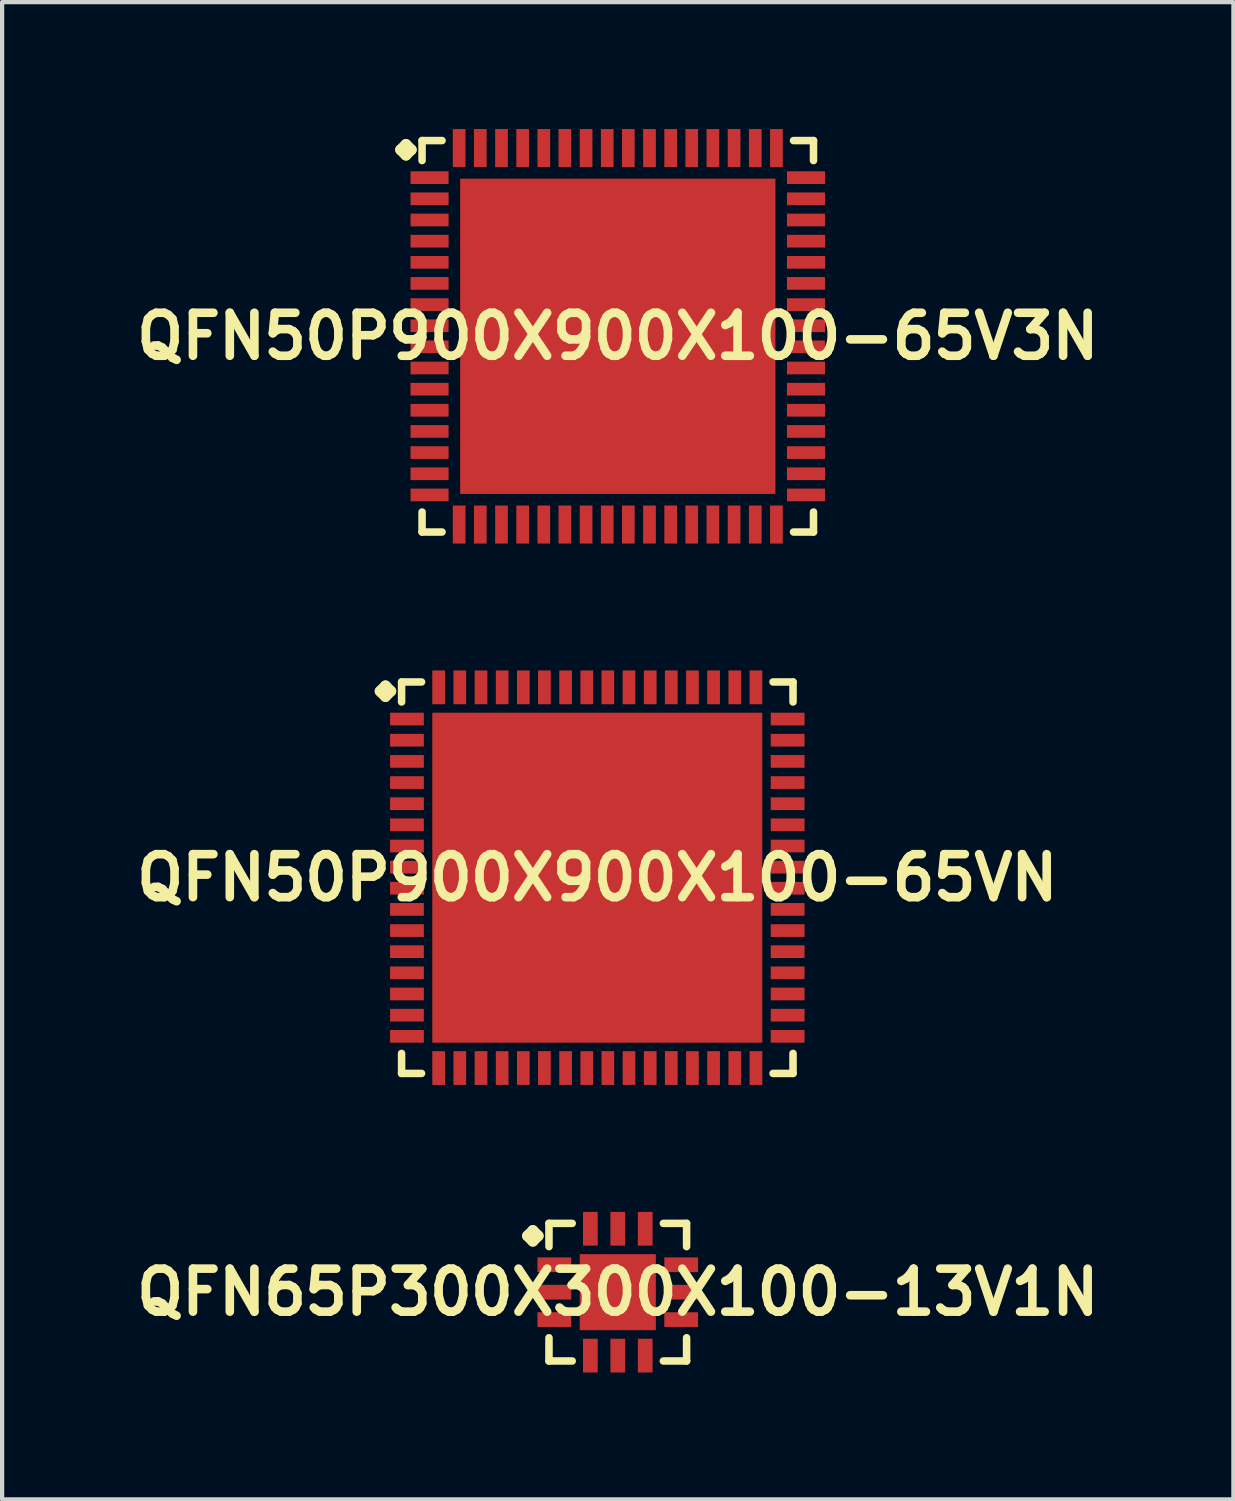
<source format=kicad_pcb>
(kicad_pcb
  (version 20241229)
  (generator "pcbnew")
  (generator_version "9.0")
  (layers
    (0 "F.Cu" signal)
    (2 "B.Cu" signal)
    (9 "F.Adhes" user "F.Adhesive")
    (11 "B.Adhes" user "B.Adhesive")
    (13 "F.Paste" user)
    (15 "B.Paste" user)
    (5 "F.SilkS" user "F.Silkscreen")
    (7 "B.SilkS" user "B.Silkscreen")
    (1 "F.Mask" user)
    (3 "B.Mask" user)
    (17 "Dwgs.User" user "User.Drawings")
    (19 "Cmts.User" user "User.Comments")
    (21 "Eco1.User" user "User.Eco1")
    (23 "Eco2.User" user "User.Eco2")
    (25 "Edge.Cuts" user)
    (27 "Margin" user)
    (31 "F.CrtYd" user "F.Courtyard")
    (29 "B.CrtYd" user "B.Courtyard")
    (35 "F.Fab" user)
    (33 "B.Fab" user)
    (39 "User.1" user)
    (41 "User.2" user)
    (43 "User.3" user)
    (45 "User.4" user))
  (footprint "QFN65P300X300X100-13V1N"
    (layer "F.Cu")
    (at 11.549 27.486)
    (property "Reference" "QFN65P300X300X100-13V1N" (at 0 0 0) (layer "F.SilkS") (effects (font (size 1.016 1.016) (thickness 0.203))))
    (attr smd)
    (fp_line (start -2.134 -1.331) (end -2.007 -1.458) (stroke (width 0.254) (type solid)) (layer "F.SilkS"))
    (fp_line (start -2.007 -1.458) (end -1.88 -1.331) (stroke (width 0.254) (type solid)) (layer "F.SilkS"))
    (fp_line (start -2.007 -1.204) (end -2.134 -1.331) (stroke (width 0.254) (type solid)) (layer "F.SilkS"))
    (fp_line (start -1.88 -1.331) (end -2.007 -1.204) (stroke (width 0.254) (type solid)) (layer "F.SilkS"))
    (fp_line (start -1.626 -1.626) (end -1.077 -1.626) (stroke (width 0.178) (type solid)) (layer "F.SilkS"))
    (fp_line (start -1.626 -1.077) (end -1.626 -1.626) (stroke (width 0.178) (type solid)) (layer "F.SilkS"))
    (fp_line (start -1.626 1.077) (end -1.626 1.626) (stroke (width 0.178) (type solid)) (layer "F.SilkS"))
    (fp_line (start -1.626 1.626) (end -1.077 1.626) (stroke (width 0.178) (type solid)) (layer "F.SilkS"))
    (fp_line (start 1.077 -1.626) (end 1.626 -1.626) (stroke (width 0.178) (type solid)) (layer "F.SilkS"))
    (fp_line (start 1.077 1.626) (end 1.626 1.626) (stroke (width 0.178) (type solid)) (layer "F.SilkS"))
    (fp_line (start 1.626 -1.626) (end 1.626 -1.077) (stroke (width 0.178) (type solid)) (layer "F.SilkS"))
    (fp_line (start 1.626 1.626) (end 1.626 1.077) (stroke (width 0.178) (type solid)) (layer "F.SilkS"))
    (pad "1" smd rect (at -1.499 -0.648) (size 0.798 0.348) (layers "F.Cu" "F.Mask" "F.Paste"))
    (pad "2" smd rect (at -1.499 0) (size 0.798 0.348) (layers "F.Cu" "F.Mask" "F.Paste"))
    (pad "3" smd rect (at -1.499 0.648) (size 0.798 0.348) (layers "F.Cu" "F.Mask" "F.Paste"))
    (pad "4" smd rect (at -0.648 1.499) (size 0.348 0.798) (layers "F.Cu" "F.Mask" "F.Paste"))
    (pad "5" smd rect (at 0 1.499) (size 0.348 0.798) (layers "F.Cu" "F.Mask" "F.Paste"))
    (pad "6" smd rect (at 0.648 1.499) (size 0.348 0.798) (layers "F.Cu" "F.Mask" "F.Paste"))
    (pad "7" smd rect (at 1.499 0.648) (size 0.798 0.348) (layers "F.Cu" "F.Mask" "F.Paste"))
    (pad "8" smd rect (at 1.499 0) (size 0.798 0.348) (layers "F.Cu" "F.Mask" "F.Paste"))
    (pad "9" smd rect (at 1.499 -0.648) (size 0.798 0.348) (layers "F.Cu" "F.Mask" "F.Paste"))
    (pad "10" smd rect (at 0.648 -1.499) (size 0.348 0.798) (layers "F.Cu" "F.Mask" "F.Paste"))
    (pad "11" smd rect (at 0 -1.499) (size 0.348 0.798) (layers "F.Cu" "F.Mask" "F.Paste"))
    (pad "12" smd rect (at -0.648 -1.499) (size 0.348 0.798) (layers "F.Cu" "F.Mask" "F.Paste"))
    (pad "13" smd rect (at 0 0) (size 1.798 1.798) (layers "F.Cu" "F.Mask" "F.Paste")))
  (footprint "QFN50P900X900X100-65VN"
    (layer "F.Cu")
    (at 11.065 17.691)
    (property "Reference" "QFN50P900X900X100-65VN" (at 0 0 0) (layer "F.SilkS") (effects (font (size 1.016 1.016) (thickness 0.203))))
    (attr smd)
    (fp_line (start -5.133 -4.407) (end -5.006 -4.534) (stroke (width 0.254) (type solid)) (layer "F.SilkS"))
    (fp_line (start -5.006 -4.534) (end -4.879 -4.407) (stroke (width 0.254) (type solid)) (layer "F.SilkS"))
    (fp_line (start -5.006 -4.28) (end -5.133 -4.407) (stroke (width 0.254) (type solid)) (layer "F.SilkS"))
    (fp_line (start -4.879 -4.407) (end -5.006 -4.28) (stroke (width 0.254) (type solid)) (layer "F.SilkS"))
    (fp_line (start -4.625 -4.625) (end -4.153 -4.625) (stroke (width 0.178) (type solid)) (layer "F.SilkS"))
    (fp_line (start -4.625 -4.153) (end -4.625 -4.625) (stroke (width 0.178) (type solid)) (layer "F.SilkS"))
    (fp_line (start -4.625 4.153) (end -4.625 4.625) (stroke (width 0.178) (type solid)) (layer "F.SilkS"))
    (fp_line (start -4.625 4.625) (end -4.153 4.625) (stroke (width 0.178) (type solid)) (layer "F.SilkS"))
    (fp_line (start 4.153 -4.625) (end 4.625 -4.625) (stroke (width 0.178) (type solid)) (layer "F.SilkS"))
    (fp_line (start 4.153 4.625) (end 4.625 4.625) (stroke (width 0.178) (type solid)) (layer "F.SilkS"))
    (fp_line (start 4.625 -4.625) (end 4.625 -4.153) (stroke (width 0.178) (type solid)) (layer "F.SilkS"))
    (fp_line (start 4.625 4.625) (end 4.625 4.153) (stroke (width 0.178) (type solid)) (layer "F.SilkS"))
    (pad "1" smd rect (at -4.498 -3.749) (size 0.798 0.3) (layers "F.Cu" "F.Mask" "F.Paste"))
    (pad "2" smd rect (at -4.498 -3.249) (size 0.798 0.3) (layers "F.Cu" "F.Mask" "F.Paste"))
    (pad "3" smd rect (at -4.498 -2.748) (size 0.798 0.3) (layers "F.Cu" "F.Mask" "F.Paste"))
    (pad "4" smd rect (at -4.498 -2.248) (size 0.798 0.3) (layers "F.Cu" "F.Mask" "F.Paste"))
    (pad "5" smd rect (at -4.498 -1.748) (size 0.798 0.3) (layers "F.Cu" "F.Mask" "F.Paste"))
    (pad "6" smd rect (at -4.498 -1.25) (size 0.798 0.3) (layers "F.Cu" "F.Mask" "F.Paste"))
    (pad "7" smd rect (at -4.498 -0.749) (size 0.798 0.3) (layers "F.Cu" "F.Mask" "F.Paste"))
    (pad "8" smd rect (at -4.498 -0.249) (size 0.798 0.3) (layers "F.Cu" "F.Mask" "F.Paste"))
    (pad "9" smd rect (at -4.498 0.249) (size 0.798 0.3) (layers "F.Cu" "F.Mask" "F.Paste"))
    (pad "10" smd rect (at -4.498 0.749) (size 0.798 0.3) (layers "F.Cu" "F.Mask" "F.Paste"))
    (pad "11" smd rect (at -4.498 1.25) (size 0.798 0.3) (layers "F.Cu" "F.Mask" "F.Paste"))
    (pad "12" smd rect (at -4.498 1.748) (size 0.798 0.3) (layers "F.Cu" "F.Mask" "F.Paste"))
    (pad "13" smd rect (at -4.498 2.248) (size 0.798 0.3) (layers "F.Cu" "F.Mask" "F.Paste"))
    (pad "14" smd rect (at -4.498 2.748) (size 0.798 0.3) (layers "F.Cu" "F.Mask" "F.Paste"))
    (pad "15" smd rect (at -4.498 3.249) (size 0.798 0.3) (layers "F.Cu" "F.Mask" "F.Paste"))
    (pad "16" smd rect (at -4.498 3.749) (size 0.798 0.3) (layers "F.Cu" "F.Mask" "F.Paste"))
    (pad "17" smd rect (at -3.749 4.498) (size 0.3 0.798) (layers "F.Cu" "F.Mask" "F.Paste"))
    (pad "18" smd rect (at -3.249 4.498) (size 0.3 0.798) (layers "F.Cu" "F.Mask" "F.Paste"))
    (pad "19" smd rect (at -2.748 4.498) (size 0.3 0.798) (layers "F.Cu" "F.Mask" "F.Paste"))
    (pad "20" smd rect (at -2.248 4.498) (size 0.3 0.798) (layers "F.Cu" "F.Mask" "F.Paste"))
    (pad "21" smd rect (at -1.748 4.498) (size 0.3 0.798) (layers "F.Cu" "F.Mask" "F.Paste"))
    (pad "22" smd rect (at -1.25 4.498) (size 0.3 0.798) (layers "F.Cu" "F.Mask" "F.Paste"))
    (pad "23" smd rect (at -0.749 4.498) (size 0.3 0.798) (layers "F.Cu" "F.Mask" "F.Paste"))
    (pad "24" smd rect (at -0.249 4.498) (size 0.3 0.798) (layers "F.Cu" "F.Mask" "F.Paste"))
    (pad "25" smd rect (at 0.249 4.498) (size 0.3 0.798) (layers "F.Cu" "F.Mask" "F.Paste"))
    (pad "26" smd rect (at 0.749 4.498) (size 0.3 0.798) (layers "F.Cu" "F.Mask" "F.Paste"))
    (pad "27" smd rect (at 1.25 4.498) (size 0.3 0.798) (layers "F.Cu" "F.Mask" "F.Paste"))
    (pad "28" smd rect (at 1.748 4.498) (size 0.3 0.798) (layers "F.Cu" "F.Mask" "F.Paste"))
    (pad "29" smd rect (at 2.248 4.498) (size 0.3 0.798) (layers "F.Cu" "F.Mask" "F.Paste"))
    (pad "30" smd rect (at 2.748 4.498) (size 0.3 0.798) (layers "F.Cu" "F.Mask" "F.Paste"))
    (pad "31" smd rect (at 3.249 4.498) (size 0.3 0.798) (layers "F.Cu" "F.Mask" "F.Paste"))
    (pad "32" smd rect (at 3.749 4.498) (size 0.3 0.798) (layers "F.Cu" "F.Mask" "F.Paste"))
    (pad "33" smd rect (at 4.498 3.749) (size 0.798 0.3) (layers "F.Cu" "F.Mask" "F.Paste"))
    (pad "34" smd rect (at 4.498 3.249) (size 0.798 0.3) (layers "F.Cu" "F.Mask" "F.Paste"))
    (pad "35" smd rect (at 4.498 2.748) (size 0.798 0.3) (layers "F.Cu" "F.Mask" "F.Paste"))
    (pad "36" smd rect (at 4.498 2.248) (size 0.798 0.3) (layers "F.Cu" "F.Mask" "F.Paste"))
    (pad "37" smd rect (at 4.498 1.748) (size 0.798 0.3) (layers "F.Cu" "F.Mask" "F.Paste"))
    (pad "38" smd rect (at 4.498 1.25) (size 0.798 0.3) (layers "F.Cu" "F.Mask" "F.Paste"))
    (pad "39" smd rect (at 4.498 0.749) (size 0.798 0.3) (layers "F.Cu" "F.Mask" "F.Paste"))
    (pad "40" smd rect (at 4.498 0.249) (size 0.798 0.3) (layers "F.Cu" "F.Mask" "F.Paste"))
    (pad "41" smd rect (at 4.498 -0.249) (size 0.798 0.3) (layers "F.Cu" "F.Mask" "F.Paste"))
    (pad "42" smd rect (at 4.498 -0.749) (size 0.798 0.3) (layers "F.Cu" "F.Mask" "F.Paste"))
    (pad "43" smd rect (at 4.498 -1.25) (size 0.798 0.3) (layers "F.Cu" "F.Mask" "F.Paste"))
    (pad "44" smd rect (at 4.498 -1.748) (size 0.798 0.3) (layers "F.Cu" "F.Mask" "F.Paste"))
    (pad "45" smd rect (at 4.498 -2.248) (size 0.798 0.3) (layers "F.Cu" "F.Mask" "F.Paste"))
    (pad "46" smd rect (at 4.498 -2.748) (size 0.798 0.3) (layers "F.Cu" "F.Mask" "F.Paste"))
    (pad "47" smd rect (at 4.498 -3.249) (size 0.798 0.3) (layers "F.Cu" "F.Mask" "F.Paste"))
    (pad "48" smd rect (at 4.498 -3.749) (size 0.798 0.3) (layers "F.Cu" "F.Mask" "F.Paste"))
    (pad "49" smd rect (at 3.749 -4.498) (size 0.3 0.798) (layers "F.Cu" "F.Mask" "F.Paste"))
    (pad "50" smd rect (at 3.249 -4.498) (size 0.3 0.798) (layers "F.Cu" "F.Mask" "F.Paste"))
    (pad "51" smd rect (at 2.748 -4.498) (size 0.3 0.798) (layers "F.Cu" "F.Mask" "F.Paste"))
    (pad "52" smd rect (at 2.248 -4.498) (size 0.3 0.798) (layers "F.Cu" "F.Mask" "F.Paste"))
    (pad "53" smd rect (at 1.748 -4.498) (size 0.3 0.798) (layers "F.Cu" "F.Mask" "F.Paste"))
    (pad "54" smd rect (at 1.25 -4.498) (size 0.3 0.798) (layers "F.Cu" "F.Mask" "F.Paste"))
    (pad "55" smd rect (at 0.749 -4.498) (size 0.3 0.798) (layers "F.Cu" "F.Mask" "F.Paste"))
    (pad "56" smd rect (at 0.249 -4.498) (size 0.3 0.798) (layers "F.Cu" "F.Mask" "F.Paste"))
    (pad "57" smd rect (at -0.249 -4.498) (size 0.3 0.798) (layers "F.Cu" "F.Mask" "F.Paste"))
    (pad "58" smd rect (at -0.749 -4.498) (size 0.3 0.798) (layers "F.Cu" "F.Mask" "F.Paste"))
    (pad "59" smd rect (at -1.25 -4.498) (size 0.3 0.798) (layers "F.Cu" "F.Mask" "F.Paste"))
    (pad "60" smd rect (at -1.748 -4.498) (size 0.3 0.798) (layers "F.Cu" "F.Mask" "F.Paste"))
    (pad "61" smd rect (at -2.248 -4.498) (size 0.3 0.798) (layers "F.Cu" "F.Mask" "F.Paste"))
    (pad "62" smd rect (at -2.748 -4.498) (size 0.3 0.798) (layers "F.Cu" "F.Mask" "F.Paste"))
    (pad "63" smd rect (at -3.249 -4.498) (size 0.3 0.798) (layers "F.Cu" "F.Mask" "F.Paste"))
    (pad "64" smd rect (at -3.749 -4.498) (size 0.3 0.798) (layers "F.Cu" "F.Mask" "F.Paste"))
    (pad "65" smd rect (at 0 0) (size 7.798 7.798) (layers "F.Cu" "F.Mask" "F.Paste")))
  (footprint "QFN50P900X900X100-65V3N"
    (layer "F.Cu")
    (at 11.549 4.897)
    (property "Reference" "QFN50P900X900X100-65V3N" (at 0 0 0) (layer "F.SilkS") (effects (font (size 1.016 1.016) (thickness 0.203))))
    (attr smd)
    (fp_line (start -5.133 -4.407) (end -5.006 -4.534) (stroke (width 0.254) (type solid)) (layer "F.SilkS"))
    (fp_line (start -5.006 -4.534) (end -4.879 -4.407) (stroke (width 0.254) (type solid)) (layer "F.SilkS"))
    (fp_line (start -5.006 -4.28) (end -5.133 -4.407) (stroke (width 0.254) (type solid)) (layer "F.SilkS"))
    (fp_line (start -4.879 -4.407) (end -5.006 -4.28) (stroke (width 0.254) (type solid)) (layer "F.SilkS"))
    (fp_line (start -4.625 -4.625) (end -4.153 -4.625) (stroke (width 0.178) (type solid)) (layer "F.SilkS"))
    (fp_line (start -4.625 -4.153) (end -4.625 -4.625) (stroke (width 0.178) (type solid)) (layer "F.SilkS"))
    (fp_line (start -4.625 4.153) (end -4.625 4.625) (stroke (width 0.178) (type solid)) (layer "F.SilkS"))
    (fp_line (start -4.625 4.625) (end -4.153 4.625) (stroke (width 0.178) (type solid)) (layer "F.SilkS"))
    (fp_line (start 4.153 -4.625) (end 4.625 -4.625) (stroke (width 0.178) (type solid)) (layer "F.SilkS"))
    (fp_line (start 4.153 4.625) (end 4.625 4.625) (stroke (width 0.178) (type solid)) (layer "F.SilkS"))
    (fp_line (start 4.625 -4.625) (end 4.625 -4.153) (stroke (width 0.178) (type solid)) (layer "F.SilkS"))
    (fp_line (start 4.625 4.625) (end 4.625 4.153) (stroke (width 0.178) (type solid)) (layer "F.SilkS"))
    (pad "1" smd rect (at -4.448 -3.749) (size 0.899 0.3) (layers "F.Cu" "F.Mask" "F.Paste"))
    (pad "2" smd rect (at -4.448 -3.249) (size 0.899 0.3) (layers "F.Cu" "F.Mask" "F.Paste"))
    (pad "3" smd rect (at -4.448 -2.748) (size 0.899 0.3) (layers "F.Cu" "F.Mask" "F.Paste"))
    (pad "4" smd rect (at -4.448 -2.248) (size 0.899 0.3) (layers "F.Cu" "F.Mask" "F.Paste"))
    (pad "5" smd rect (at -4.448 -1.748) (size 0.899 0.3) (layers "F.Cu" "F.Mask" "F.Paste"))
    (pad "6" smd rect (at -4.448 -1.25) (size 0.899 0.3) (layers "F.Cu" "F.Mask" "F.Paste"))
    (pad "7" smd rect (at -4.448 -0.749) (size 0.899 0.3) (layers "F.Cu" "F.Mask" "F.Paste"))
    (pad "8" smd rect (at -4.448 -0.249) (size 0.899 0.3) (layers "F.Cu" "F.Mask" "F.Paste"))
    (pad "9" smd rect (at -4.448 0.249) (size 0.899 0.3) (layers "F.Cu" "F.Mask" "F.Paste"))
    (pad "10" smd rect (at -4.448 0.749) (size 0.899 0.3) (layers "F.Cu" "F.Mask" "F.Paste"))
    (pad "11" smd rect (at -4.448 1.25) (size 0.899 0.3) (layers "F.Cu" "F.Mask" "F.Paste"))
    (pad "12" smd rect (at -4.448 1.748) (size 0.899 0.3) (layers "F.Cu" "F.Mask" "F.Paste"))
    (pad "13" smd rect (at -4.448 2.248) (size 0.899 0.3) (layers "F.Cu" "F.Mask" "F.Paste"))
    (pad "14" smd rect (at -4.448 2.748) (size 0.899 0.3) (layers "F.Cu" "F.Mask" "F.Paste"))
    (pad "15" smd rect (at -4.448 3.249) (size 0.899 0.3) (layers "F.Cu" "F.Mask" "F.Paste"))
    (pad "16" smd rect (at -4.448 3.749) (size 0.899 0.3) (layers "F.Cu" "F.Mask" "F.Paste"))
    (pad "17" smd rect (at -3.749 4.448) (size 0.3 0.899) (layers "F.Cu" "F.Mask" "F.Paste"))
    (pad "18" smd rect (at -3.249 4.448) (size 0.3 0.899) (layers "F.Cu" "F.Mask" "F.Paste"))
    (pad "19" smd rect (at -2.748 4.448) (size 0.3 0.899) (layers "F.Cu" "F.Mask" "F.Paste"))
    (pad "20" smd rect (at -2.248 4.448) (size 0.3 0.899) (layers "F.Cu" "F.Mask" "F.Paste"))
    (pad "21" smd rect (at -1.748 4.448) (size 0.3 0.899) (layers "F.Cu" "F.Mask" "F.Paste"))
    (pad "22" smd rect (at -1.25 4.448) (size 0.3 0.899) (layers "F.Cu" "F.Mask" "F.Paste"))
    (pad "23" smd rect (at -0.749 4.448) (size 0.3 0.899) (layers "F.Cu" "F.Mask" "F.Paste"))
    (pad "24" smd rect (at -0.249 4.448) (size 0.3 0.899) (layers "F.Cu" "F.Mask" "F.Paste"))
    (pad "25" smd rect (at 0.249 4.448) (size 0.3 0.899) (layers "F.Cu" "F.Mask" "F.Paste"))
    (pad "26" smd rect (at 0.749 4.448) (size 0.3 0.899) (layers "F.Cu" "F.Mask" "F.Paste"))
    (pad "27" smd rect (at 1.25 4.448) (size 0.3 0.899) (layers "F.Cu" "F.Mask" "F.Paste"))
    (pad "28" smd rect (at 1.748 4.448) (size 0.3 0.899) (layers "F.Cu" "F.Mask" "F.Paste"))
    (pad "29" smd rect (at 2.248 4.448) (size 0.3 0.899) (layers "F.Cu" "F.Mask" "F.Paste"))
    (pad "30" smd rect (at 2.748 4.448) (size 0.3 0.899) (layers "F.Cu" "F.Mask" "F.Paste"))
    (pad "31" smd rect (at 3.249 4.448) (size 0.3 0.899) (layers "F.Cu" "F.Mask" "F.Paste"))
    (pad "32" smd rect (at 3.749 4.448) (size 0.3 0.899) (layers "F.Cu" "F.Mask" "F.Paste"))
    (pad "33" smd rect (at 4.448 3.749) (size 0.899 0.3) (layers "F.Cu" "F.Mask" "F.Paste"))
    (pad "34" smd rect (at 4.448 3.249) (size 0.899 0.3) (layers "F.Cu" "F.Mask" "F.Paste"))
    (pad "35" smd rect (at 4.448 2.748) (size 0.899 0.3) (layers "F.Cu" "F.Mask" "F.Paste"))
    (pad "36" smd rect (at 4.448 2.248) (size 0.899 0.3) (layers "F.Cu" "F.Mask" "F.Paste"))
    (pad "37" smd rect (at 4.448 1.748) (size 0.899 0.3) (layers "F.Cu" "F.Mask" "F.Paste"))
    (pad "38" smd rect (at 4.448 1.25) (size 0.899 0.3) (layers "F.Cu" "F.Mask" "F.Paste"))
    (pad "39" smd rect (at 4.448 0.749) (size 0.899 0.3) (layers "F.Cu" "F.Mask" "F.Paste"))
    (pad "40" smd rect (at 4.448 0.249) (size 0.899 0.3) (layers "F.Cu" "F.Mask" "F.Paste"))
    (pad "41" smd rect (at 4.448 -0.249) (size 0.899 0.3) (layers "F.Cu" "F.Mask" "F.Paste"))
    (pad "42" smd rect (at 4.448 -0.749) (size 0.899 0.3) (layers "F.Cu" "F.Mask" "F.Paste"))
    (pad "43" smd rect (at 4.448 -1.25) (size 0.899 0.3) (layers "F.Cu" "F.Mask" "F.Paste"))
    (pad "44" smd rect (at 4.448 -1.748) (size 0.899 0.3) (layers "F.Cu" "F.Mask" "F.Paste"))
    (pad "45" smd rect (at 4.448 -2.248) (size 0.899 0.3) (layers "F.Cu" "F.Mask" "F.Paste"))
    (pad "46" smd rect (at 4.448 -2.748) (size 0.899 0.3) (layers "F.Cu" "F.Mask" "F.Paste"))
    (pad "47" smd rect (at 4.448 -3.249) (size 0.899 0.3) (layers "F.Cu" "F.Mask" "F.Paste"))
    (pad "48" smd rect (at 4.448 -3.749) (size 0.899 0.3) (layers "F.Cu" "F.Mask" "F.Paste"))
    (pad "49" smd rect (at 3.749 -4.448) (size 0.3 0.899) (layers "F.Cu" "F.Mask" "F.Paste"))
    (pad "50" smd rect (at 3.249 -4.448) (size 0.3 0.899) (layers "F.Cu" "F.Mask" "F.Paste"))
    (pad "51" smd rect (at 2.748 -4.448) (size 0.3 0.899) (layers "F.Cu" "F.Mask" "F.Paste"))
    (pad "52" smd rect (at 2.248 -4.448) (size 0.3 0.899) (layers "F.Cu" "F.Mask" "F.Paste"))
    (pad "53" smd rect (at 1.748 -4.448) (size 0.3 0.899) (layers "F.Cu" "F.Mask" "F.Paste"))
    (pad "54" smd rect (at 1.25 -4.448) (size 0.3 0.899) (layers "F.Cu" "F.Mask" "F.Paste"))
    (pad "55" smd rect (at 0.749 -4.448) (size 0.3 0.899) (layers "F.Cu" "F.Mask" "F.Paste"))
    (pad "56" smd rect (at 0.249 -4.448) (size 0.3 0.899) (layers "F.Cu" "F.Mask" "F.Paste"))
    (pad "57" smd rect (at -0.249 -4.448) (size 0.3 0.899) (layers "F.Cu" "F.Mask" "F.Paste"))
    (pad "58" smd rect (at -0.749 -4.448) (size 0.3 0.899) (layers "F.Cu" "F.Mask" "F.Paste"))
    (pad "59" smd rect (at -1.25 -4.448) (size 0.3 0.899) (layers "F.Cu" "F.Mask" "F.Paste"))
    (pad "60" smd rect (at -1.748 -4.448) (size 0.3 0.899) (layers "F.Cu" "F.Mask" "F.Paste"))
    (pad "61" smd rect (at -2.248 -4.448) (size 0.3 0.899) (layers "F.Cu" "F.Mask" "F.Paste"))
    (pad "62" smd rect (at -2.748 -4.448) (size 0.3 0.899) (layers "F.Cu" "F.Mask" "F.Paste"))
    (pad "63" smd rect (at -3.249 -4.448) (size 0.3 0.899) (layers "F.Cu" "F.Mask" "F.Paste"))
    (pad "64" smd rect (at -3.749 -4.448) (size 0.3 0.899) (layers "F.Cu" "F.Mask" "F.Paste"))
    (pad "65" smd rect (at 0 0) (size 7.45 7.45) (layers "F.Cu" "F.Mask" "F.Paste")))
  (gr_rect
    (start -3 -3)
    (end 26.097 32.383)
    (stroke (width 0.1) (type default))
    (fill no)
    (layer "Edge.Cuts")))
</source>
